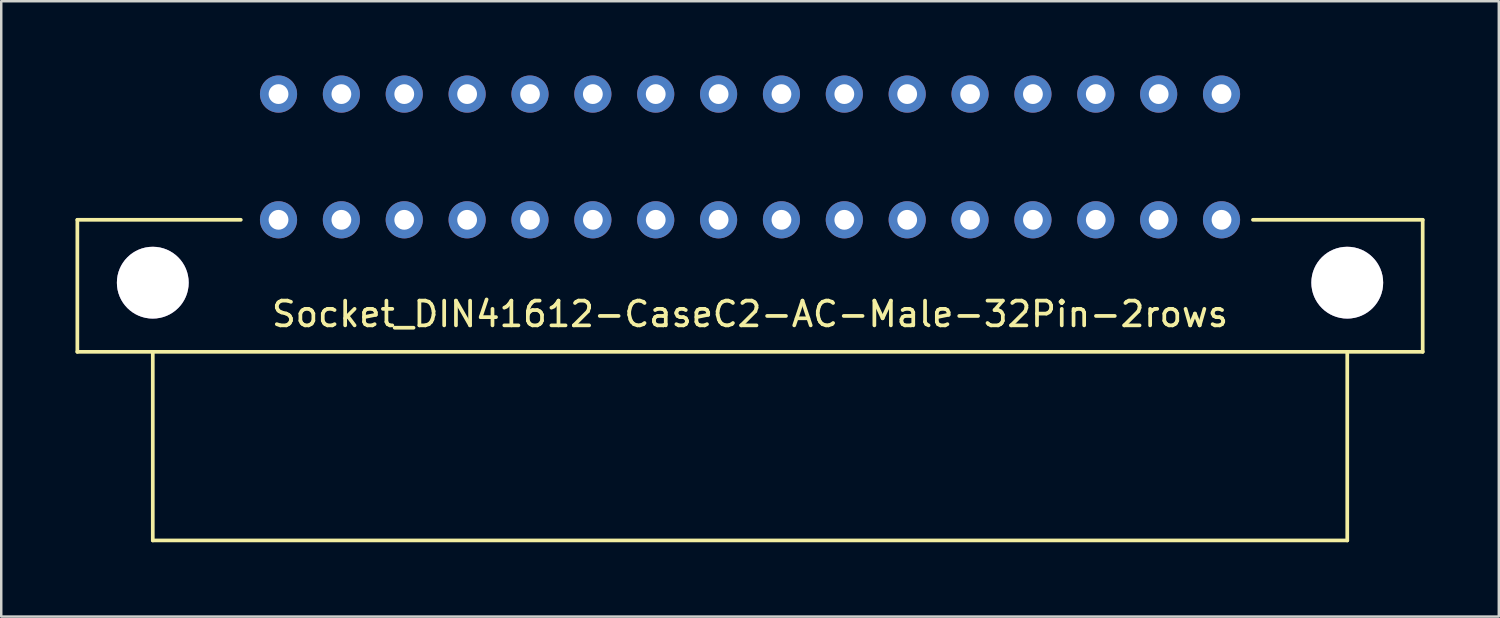
<source format=kicad_pcb>
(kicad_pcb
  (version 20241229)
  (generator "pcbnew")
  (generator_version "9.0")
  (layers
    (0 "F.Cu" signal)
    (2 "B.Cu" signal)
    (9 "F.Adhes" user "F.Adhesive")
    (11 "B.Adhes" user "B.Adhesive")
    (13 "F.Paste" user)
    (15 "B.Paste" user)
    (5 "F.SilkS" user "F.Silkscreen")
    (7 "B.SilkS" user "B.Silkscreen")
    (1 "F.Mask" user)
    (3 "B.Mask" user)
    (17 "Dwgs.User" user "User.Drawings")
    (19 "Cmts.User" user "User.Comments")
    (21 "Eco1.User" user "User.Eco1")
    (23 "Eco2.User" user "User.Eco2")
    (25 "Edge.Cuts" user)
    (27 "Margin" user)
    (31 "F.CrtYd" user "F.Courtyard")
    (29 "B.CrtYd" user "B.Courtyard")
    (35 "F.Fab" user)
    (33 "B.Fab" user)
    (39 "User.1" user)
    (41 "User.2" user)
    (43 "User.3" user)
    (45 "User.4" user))
  (footprint "Socket_DIN41612-CaseC2-AC-Male-32Pin-2rows"
    (layer "F.Cu")
    (at 27.253 3.291)
    (property "Reference" "Socket_DIN41612-CaseC2-AC-Male-32Pin-2rows" (at 0 6.35 0) (layer "F.SilkS") (effects (font (size 1 1) (thickness 0.15))))
    (attr through_hole)
    (fp_line (start -27.178 2.54) (end -20.574 2.54) (stroke (width 0.15) (type solid)) (layer "F.SilkS"))
    (fp_line (start -27.178 7.874) (end -27.178 2.54) (stroke (width 0.15) (type solid)) (layer "F.SilkS"))
    (fp_line (start -24.13 15.494) (end -24.13 7.874) (stroke (width 0.15) (type solid)) (layer "F.SilkS"))
    (fp_line (start 24.13 7.874) (end 24.13 15.494) (stroke (width 0.15) (type solid)) (layer "F.SilkS"))
    (fp_line (start 24.13 15.494) (end -24.13 15.494) (stroke (width 0.15) (type solid)) (layer "F.SilkS"))
    (fp_line (start 27.178 2.54) (end 20.32 2.54) (stroke (width 0.15) (type solid)) (layer "F.SilkS"))
    (fp_line (start 27.178 2.54) (end 27.178 7.874) (stroke (width 0.15) (type solid)) (layer "F.SilkS"))
    (fp_line (start 27.178 7.874) (end -27.178 7.874) (stroke (width 0.15) (type solid)) (layer "F.SilkS"))
    (pad "1" thru_hole circle (at -24.13 5.08) (size 2.901 2.901) (drill 2.901) (layers "*.Cu" "*.Mask"))
    (pad "1" thru_hole circle (at 24.13 5.08) (size 2.901 2.901) (drill 2.901) (layers "*.Cu" "*.Mask"))
    (pad "1a" thru_hole circle (at 19.05 -2.54 180) (size 1.501 1.501) (drill 0.8) (layers "*.Cu" "*.Mask"))
    (pad "1c" thru_hole circle (at 19.05 2.54 180) (size 1.501 1.501) (drill 0.8) (layers "*.Cu" "*.Mask"))
    (pad "2a" thru_hole circle (at 16.51 -2.54 180) (size 1.501 1.501) (drill 0.8) (layers "*.Cu" "*.Mask"))
    (pad "2c" thru_hole circle (at 16.51 2.54 180) (size 1.501 1.501) (drill 0.8) (layers "*.Cu" "*.Mask"))
    (pad "3a" thru_hole circle (at 13.97 -2.54 180) (size 1.501 1.501) (drill 0.8) (layers "*.Cu" "*.Mask"))
    (pad "3c" thru_hole circle (at 13.97 2.54 180) (size 1.501 1.501) (drill 0.8) (layers "*.Cu" "*.Mask"))
    (pad "4a" thru_hole circle (at 11.43 -2.54 180) (size 1.501 1.501) (drill 0.8) (layers "*.Cu" "*.Mask"))
    (pad "4c" thru_hole circle (at 11.43 2.54 180) (size 1.501 1.501) (drill 0.8) (layers "*.Cu" "*.Mask"))
    (pad "5a" thru_hole circle (at 8.89 -2.54 180) (size 1.501 1.501) (drill 0.8) (layers "*.Cu" "*.Mask"))
    (pad "5c" thru_hole circle (at 8.89 2.54 180) (size 1.501 1.501) (drill 0.8) (layers "*.Cu" "*.Mask"))
    (pad "6a" thru_hole circle (at 6.35 -2.54 180) (size 1.501 1.501) (drill 0.8) (layers "*.Cu" "*.Mask"))
    (pad "6c" thru_hole circle (at 6.35 2.54 180) (size 1.501 1.501) (drill 0.8) (layers "*.Cu" "*.Mask"))
    (pad "7a" thru_hole circle (at 3.81 -2.54 180) (size 1.501 1.501) (drill 0.8) (layers "*.Cu" "*.Mask"))
    (pad "7c" thru_hole circle (at 3.81 2.54 180) (size 1.501 1.501) (drill 0.8) (layers "*.Cu" "*.Mask"))
    (pad "8a" thru_hole circle (at 1.27 -2.54 180) (size 1.501 1.501) (drill 0.8) (layers "*.Cu" "*.Mask"))
    (pad "8c" thru_hole circle (at 1.27 2.54 180) (size 1.501 1.501) (drill 0.8) (layers "*.Cu" "*.Mask"))
    (pad "9a" thru_hole circle (at -1.27 -2.54 180) (size 1.501 1.501) (drill 0.8) (layers "*.Cu" "*.Mask"))
    (pad "9c" thru_hole circle (at -1.27 2.54 180) (size 1.501 1.501) (drill 0.8) (layers "*.Cu" "*.Mask"))
    (pad "10a" thru_hole circle (at -3.81 -2.54 180) (size 1.501 1.501) (drill 0.8) (layers "*.Cu" "*.Mask"))
    (pad "10c" thru_hole circle (at -3.81 2.54 180) (size 1.501 1.501) (drill 0.8) (layers "*.Cu" "*.Mask"))
    (pad "11a" thru_hole circle (at -6.35 -2.54 180) (size 1.501 1.501) (drill 0.8) (layers "*.Cu" "*.Mask"))
    (pad "11c" thru_hole circle (at -6.35 2.54 180) (size 1.501 1.501) (drill 0.8) (layers "*.Cu" "*.Mask"))
    (pad "12a" thru_hole circle (at -8.89 -2.54 180) (size 1.501 1.501) (drill 0.8) (layers "*.Cu" "*.Mask"))
    (pad "12c" thru_hole circle (at -8.89 2.54 180) (size 1.501 1.501) (drill 0.8) (layers "*.Cu" "*.Mask"))
    (pad "13a" thru_hole circle (at -11.43 -2.54 180) (size 1.501 1.501) (drill 0.8) (layers "*.Cu" "*.Mask"))
    (pad "13c" thru_hole circle (at -11.43 2.54 180) (size 1.501 1.501) (drill 0.8) (layers "*.Cu" "*.Mask"))
    (pad "14a" thru_hole circle (at -13.97 -2.54 180) (size 1.501 1.501) (drill 0.8) (layers "*.Cu" "*.Mask"))
    (pad "14c" thru_hole circle (at -13.97 2.54 180) (size 1.501 1.501) (drill 0.8) (layers "*.Cu" "*.Mask"))
    (pad "15a" thru_hole circle (at -16.51 -2.54 180) (size 1.501 1.501) (drill 0.8) (layers "*.Cu" "*.Mask"))
    (pad "15c" thru_hole circle (at -16.51 2.54 180) (size 1.501 1.501) (drill 0.8) (layers "*.Cu" "*.Mask"))
    (pad "16a" thru_hole circle (at -19.05 -2.54 180) (size 1.501 1.501) (drill 0.8) (layers "*.Cu" "*.Mask"))
    (pad "16c" thru_hole circle (at -19.05 2.54 180) (size 1.501 1.501) (drill 0.8) (layers "*.Cu" "*.Mask")))
  (gr_rect
    (start -3 -3)
    (end 57.506 21.86)
    (stroke (width 0.1) (type default))
    (fill no)
    (layer "Edge.Cuts")))
</source>
